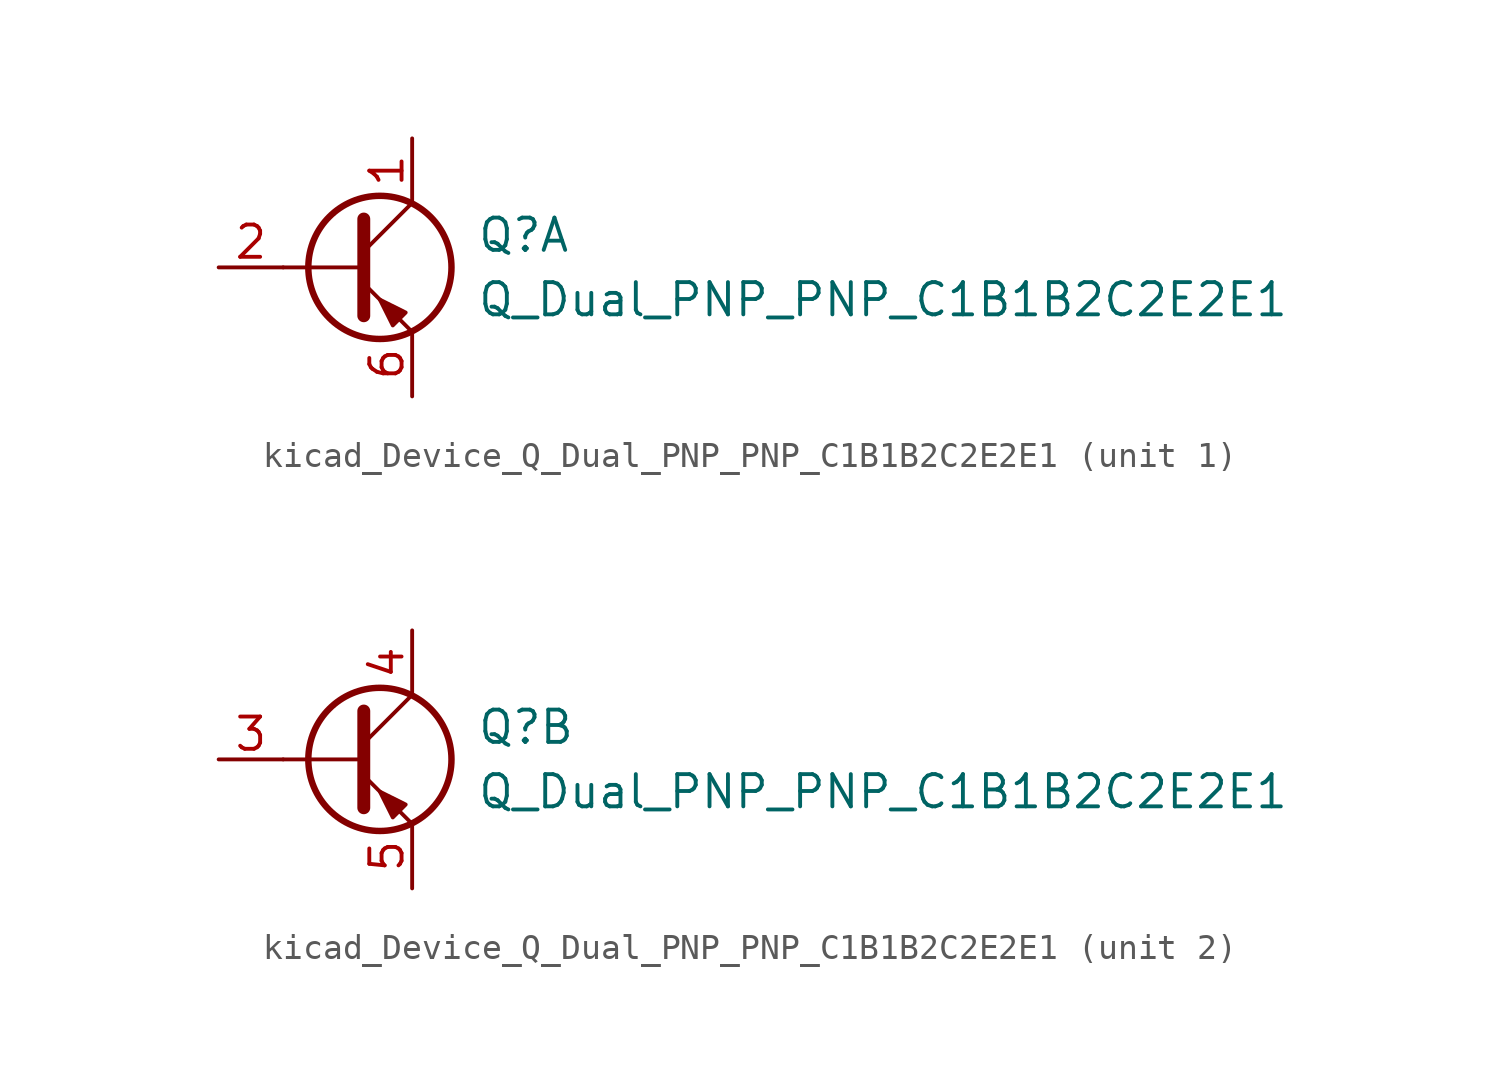
<source format=kicad_sym>
(kicad_symbol_lib
  (version 20220914)
  (generator kicad_symbol_editor)
  (symbol "kicad_Device_Q_Dual_PNP_PNP_C1B1B2C2E2E1"
    (pin_names
      (offset 0) hide)
    (property "Reference" "Q"
      (at 5.08 1.27 0)
      (effects (font (size 1.27 1.27)) (justify left)))
    (property "Value" "Q_Dual_PNP_PNP_C1B1B2C2E2E1"
      (at 5.08 -1.27 0)
      (effects (font (size 1.27 1.27)) (justify left)))
    (property "ki_locked" ""
      (at 0 0 0)
      (effects (font (size 1.27 1.27))))
    (symbol "kicad_Device_Q_Dual_PNP_PNP_C1B1B2C2E2E1_0_1"
      (polyline (pts (xy 0.635 0) (xy -2.54 0)) (stroke (width 0) (type default)) (fill (type none)))
      (polyline (pts (xy 0.635 0.635) (xy 2.54 2.54)) (stroke (width 0) (type default)) (fill (type none)))
      (polyline (pts (xy 0.635 -0.635) (xy 2.54 -2.54) (xy 2.54 -2.54)) (stroke (width 0) (type default)) (fill (type none)))
      (polyline (pts (xy 0.635 1.905) (xy 0.635 -1.905) (xy 0.635 -1.905)) (stroke (width 0.508) (type default)) (fill (type none)))
      (polyline (pts (xy 2.286 -1.778) (xy 1.778 -2.286) (xy 1.27 -1.27) (xy 2.286 -1.778) (xy 2.286 -1.778)) (stroke (width 0) (type default)) (fill (type outline)))
      (circle (center 1.27 0) (radius 2.819) (stroke (width 0.254) (type default)) (fill (type none))))
    (symbol "kicad_Device_Q_Dual_PNP_PNP_C1B1B2C2E2E1_1_1"
      (pin passive line (at 2.54 5.08 270) (length 2.54) (name "C1" (effects (font (size 1.27 1.27)))) (number "1" (effects (font (size 1.27 1.27)))))
      (pin input line (at -5.08 0 0) (length 2.54) (name "B1" (effects (font (size 1.27 1.27)))) (number "2" (effects (font (size 1.27 1.27)))))
      (pin passive line (at 2.54 -5.08 90) (length 2.54) (name "E1" (effects (font (size 1.27 1.27)))) (number "6" (effects (font (size 1.27 1.27))))))
    (symbol "kicad_Device_Q_Dual_PNP_PNP_C1B1B2C2E2E1_2_1"
      (pin input line (at -5.08 0 0) (length 2.54) (name "B2" (effects (font (size 1.27 1.27)))) (number "3" (effects (font (size 1.27 1.27)))))
      (pin passive line (at 2.54 5.08 270) (length 2.54) (name "C2" (effects (font (size 1.27 1.27)))) (number "4" (effects (font (size 1.27 1.27)))))
      (pin passive line (at 2.54 -5.08 90) (length 2.54) (name "E2" (effects (font (size 1.27 1.27)))) (number "5" (effects (font (size 1.27 1.27))))))))
</source>
